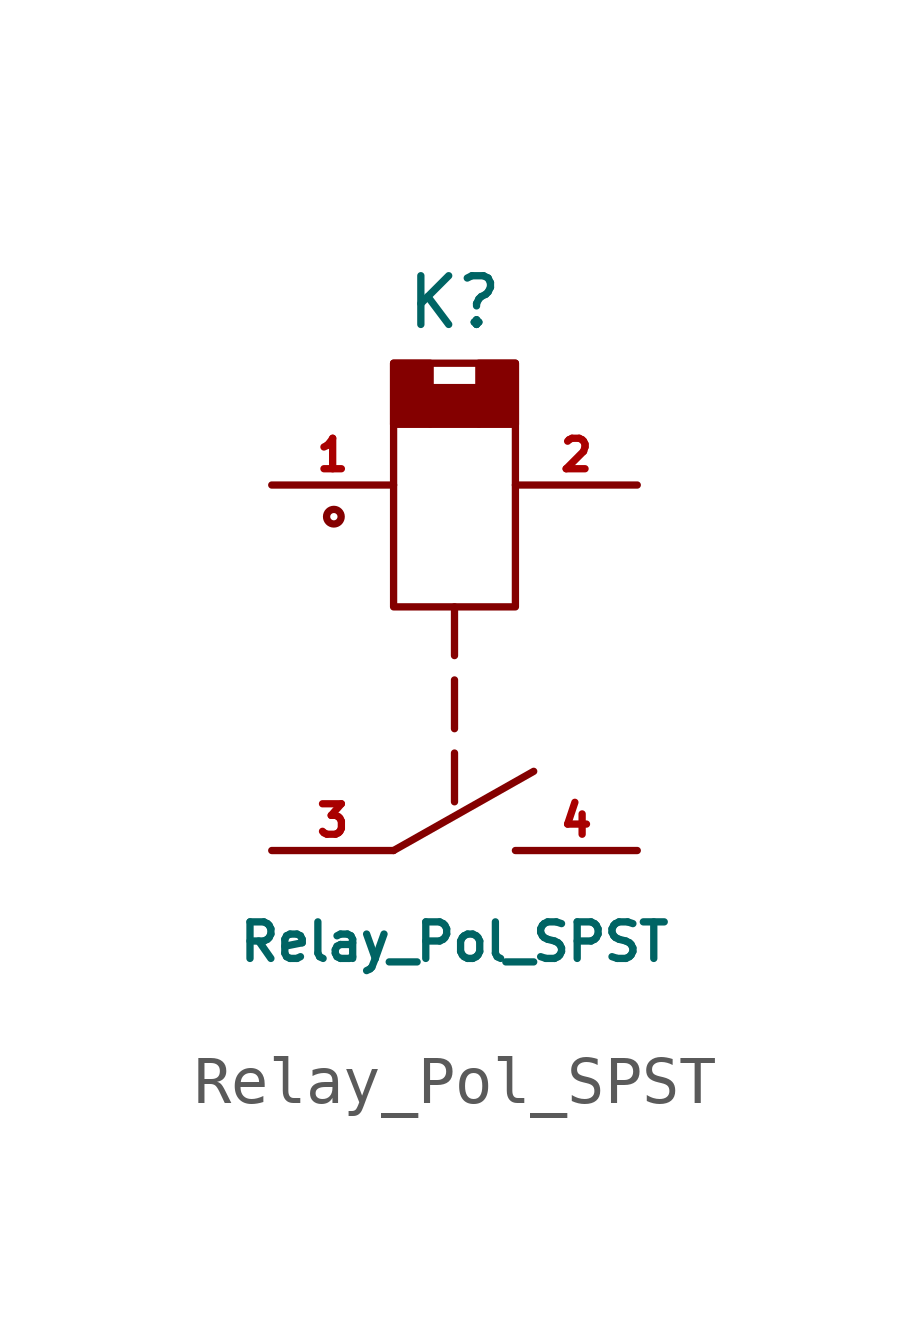
<source format=kicad_sym>
(kicad_symbol_lib
  (version 20220914)
  (generator kicad_symbol_editor)
  (symbol "Relay_Pol_SPST"
    (pin_names
      (offset 1.016) hide)
    (property "Reference" "K"
      (at 0 11.43 0)
      (effects (font (size 1.016 1.016))))
    (property "Value" "Relay_Pol_SPST"
      (at 0 -1.905 0)
      (effects (font (size 0.762 0.762))))
    (property "Footprint" ""
      (at 0 0 0)
      (effects (font (size 1.524 1.524))))
    (property "Datasheet" ""
      (at 0 0 0)
      (effects (font (size 1.524 1.524))))
    (symbol "Relay_Pol_SPST_0_1"
      (circle (center -2.515 6.96) (radius 0.076) (stroke (width 0) (type solid)) (fill (type none)))
      (rectangle (start -1.27 10.16) (end 1.27 5.08) (stroke (width 0) (type solid)) (fill (type none)))
      (rectangle (start -0.508 9.652) (end 0.508 8.89) (stroke (width 0) (type solid)) (fill (type outline)))
      (rectangle (start -0.508 10.16) (end -1.27 8.89) (stroke (width 0) (type solid)) (fill (type outline)))
      (polyline (pts (xy -1.27 0) (xy 1.651 1.651)) (stroke (width 0) (type solid)) (fill (type none)))
      (polyline (pts (xy -1.27 8.89) (xy 1.27 8.89)) (stroke (width 0) (type solid)) (fill (type none)))
      (polyline (pts (xy 0 3.556) (xy 0 2.54)) (stroke (width 0) (type solid)) (fill (type none)))
      (polyline (pts (xy 0 5.08) (xy 0 4.064)) (stroke (width 0) (type solid)) (fill (type none)))
      (polyline (pts (xy 0 2.032) (xy 0 1.27) (xy 0 1.016)) (stroke (width 0) (type solid)) (fill (type none)))
      (rectangle (start 0.508 10.16) (end 1.27 8.89) (stroke (width 0) (type solid)) (fill (type outline))))
    (symbol "Relay_Pol_SPST_1_1"
      (pin passive line (at -3.81 7.62 0) (length 2.54) (name "~" (effects (font (size 0.635 0.635)))) (number "1" (effects (font (size 0.635 0.635)))))
      (pin passive line (at 3.81 7.62 180) (length 2.54) (name "~" (effects (font (size 0.635 0.635)))) (number "2" (effects (font (size 0.635 0.635)))))
      (pin passive line (at -3.81 0 0) (length 2.54) (name "~" (effects (font (size 0.635 0.635)))) (number "3" (effects (font (size 0.635 0.635)))))
      (pin passive line (at 3.81 0 180) (length 2.54) (name "~" (effects (font (size 0.635 0.635)))) (number "4" (effects (font (size 0.635 0.635))))))))
</source>
